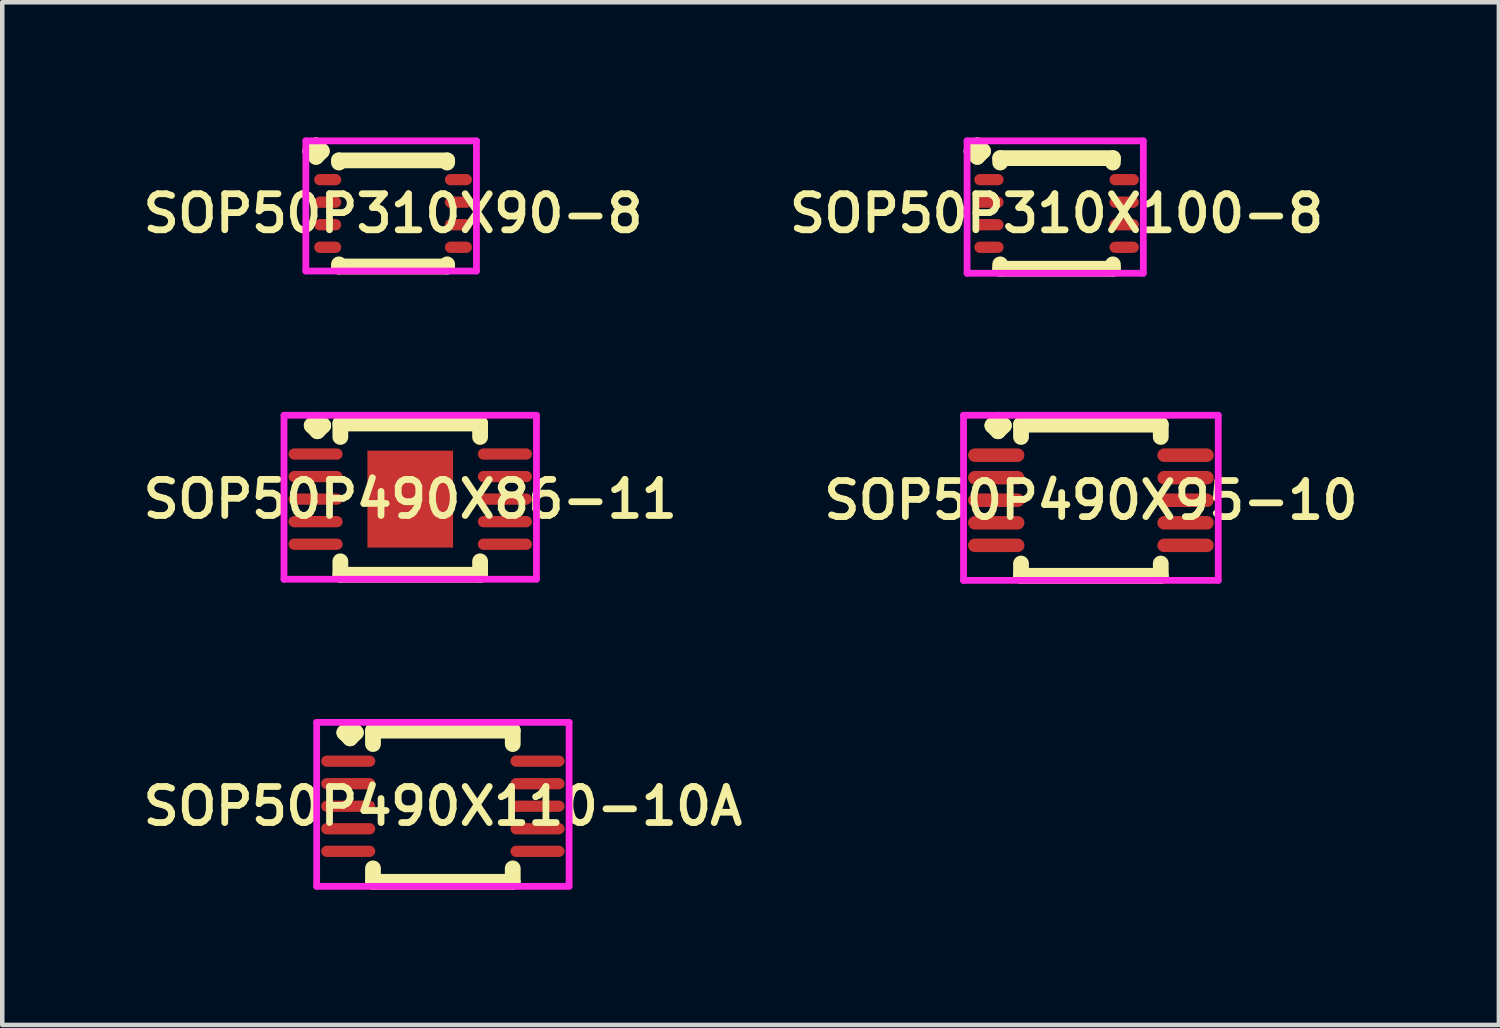
<source format=kicad_pcb>
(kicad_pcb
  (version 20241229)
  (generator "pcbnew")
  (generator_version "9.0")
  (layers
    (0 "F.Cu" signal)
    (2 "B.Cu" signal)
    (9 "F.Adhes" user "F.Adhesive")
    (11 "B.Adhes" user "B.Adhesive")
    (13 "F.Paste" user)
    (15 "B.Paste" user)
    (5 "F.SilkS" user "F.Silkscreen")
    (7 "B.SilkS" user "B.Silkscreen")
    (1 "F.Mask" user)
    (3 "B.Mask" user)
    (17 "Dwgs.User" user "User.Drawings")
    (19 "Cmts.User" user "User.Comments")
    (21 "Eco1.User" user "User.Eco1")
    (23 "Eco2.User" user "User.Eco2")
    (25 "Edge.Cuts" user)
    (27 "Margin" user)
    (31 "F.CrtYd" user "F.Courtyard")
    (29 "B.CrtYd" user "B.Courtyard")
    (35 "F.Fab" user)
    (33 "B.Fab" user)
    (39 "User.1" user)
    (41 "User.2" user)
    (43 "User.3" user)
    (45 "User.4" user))
  (footprint "SOP50P490X86-11"
    (layer "F.Cu")
    (at 6.05 8.022)
    (property "Reference" "SOP50P490X86-11" (at 0 0 0) (layer "F.SilkS") (effects (font (size 0.8 0.8) (thickness 0.15))))
    (attr through_hole)
    (fp_line (start -2.185 -1.633) (end -2.058 -1.76) (stroke (width 0.35) (type solid)) (layer "F.SilkS"))
    (fp_line (start -2.058 -1.76) (end -1.931 -1.633) (stroke (width 0.35) (type solid)) (layer "F.SilkS"))
    (fp_line (start -2.058 -1.506) (end -2.185 -1.633) (stroke (width 0.35) (type solid)) (layer "F.SilkS"))
    (fp_line (start -1.931 -1.633) (end -2.058 -1.506) (stroke (width 0.35) (type solid)) (layer "F.SilkS"))
    (fp_line (start -1.55 -1.677) (end 1.55 -1.677) (stroke (width 0.35) (type solid)) (layer "F.SilkS"))
    (fp_line (start -1.55 -1.379) (end -1.55 -1.677) (stroke (width 0.35) (type solid)) (layer "F.SilkS"))
    (fp_line (start -1.55 1.379) (end -1.55 1.677) (stroke (width 0.35) (type solid)) (layer "F.SilkS"))
    (fp_line (start -1.55 1.677) (end 1.55 1.677) (stroke (width 0.35) (type solid)) (layer "F.SilkS"))
    (fp_line (start 1.55 -1.677) (end 1.55 -1.379) (stroke (width 0.35) (type solid)) (layer "F.SilkS"))
    (fp_line (start 1.55 1.677) (end 1.55 1.379) (stroke (width 0.35) (type solid)) (layer "F.SilkS"))
    (fp_line (start -2.8 -1.86) (end 2.8 -1.86) (stroke (width 0.15) (type solid)) (layer "F.CrtYd"))
    (fp_line (start -2.8 1.777) (end -2.8 -1.86) (stroke (width 0.15) (type solid)) (layer "F.CrtYd"))
    (fp_line (start 2.8 -1.86) (end 2.8 1.777) (stroke (width 0.15) (type solid)) (layer "F.CrtYd"))
    (fp_line (start 2.8 1.777) (end -2.8 1.777) (stroke (width 0.15) (type solid)) (layer "F.CrtYd"))
    (pad "1" smd oval (at -2.1 -1) (size 1.2 0.25) (layers "F.Cu" "F.Mask" "F.Paste"))
    (pad "2" smd oval (at -2.1 -0.5) (size 1.2 0.25) (layers "F.Cu" "F.Mask" "F.Paste"))
    (pad "3" smd oval (at -2.1 0) (size 1.2 0.25) (layers "F.Cu" "F.Mask" "F.Paste"))
    (pad "4" smd oval (at -2.1 0.5) (size 1.2 0.25) (layers "F.Cu" "F.Mask" "F.Paste"))
    (pad "5" smd oval (at -2.1 1) (size 1.2 0.25) (layers "F.Cu" "F.Mask" "F.Paste"))
    (pad "6" smd oval (at 2.1 1) (size 1.2 0.25) (layers "F.Cu" "F.Mask" "F.Paste"))
    (pad "7" smd oval (at 2.1 0.5) (size 1.2 0.25) (layers "F.Cu" "F.Mask" "F.Paste"))
    (pad "8" smd oval (at 2.1 0) (size 1.2 0.25) (layers "F.Cu" "F.Mask" "F.Paste"))
    (pad "9" smd oval (at 2.1 -0.5) (size 1.2 0.25) (layers "F.Cu" "F.Mask" "F.Paste"))
    (pad "10" smd oval (at 2.1 -1) (size 1.2 0.25) (layers "F.Cu" "F.Mask" "F.Paste"))
    (pad "11" smd rect (at 0 0) (size 1.9 2.15) (layers "F.Cu" "F.Mask" "F.Paste")))
  (footprint "SOP50P490X95-10"
    (layer "F.Cu")
    (at 21.149 8.047)
    (property "Reference" "SOP50P490X95-10" (at 0 0 0) (layer "F.SilkS") (effects (font (size 0.8 0.8) (thickness 0.15))))
    (attr through_hole)
    (fp_line (start -2.185 -1.658) (end -2.058 -1.785) (stroke (width 0.35) (type solid)) (layer "F.SilkS"))
    (fp_line (start -2.058 -1.785) (end -1.931 -1.658) (stroke (width 0.35) (type solid)) (layer "F.SilkS"))
    (fp_line (start -2.058 -1.531) (end -2.185 -1.658) (stroke (width 0.35) (type solid)) (layer "F.SilkS"))
    (fp_line (start -1.931 -1.658) (end -2.058 -1.531) (stroke (width 0.35) (type solid)) (layer "F.SilkS"))
    (fp_line (start -1.55 -1.677) (end 1.55 -1.677) (stroke (width 0.35) (type solid)) (layer "F.SilkS"))
    (fp_line (start -1.55 -1.404) (end -1.55 -1.677) (stroke (width 0.35) (type solid)) (layer "F.SilkS"))
    (fp_line (start -1.55 1.404) (end -1.55 1.677) (stroke (width 0.35) (type solid)) (layer "F.SilkS"))
    (fp_line (start -1.55 1.677) (end 1.55 1.677) (stroke (width 0.35) (type solid)) (layer "F.SilkS"))
    (fp_line (start 1.55 -1.677) (end 1.55 -1.404) (stroke (width 0.35) (type solid)) (layer "F.SilkS"))
    (fp_line (start 1.55 1.677) (end 1.55 1.404) (stroke (width 0.35) (type solid)) (layer "F.SilkS"))
    (fp_line (start -2.825 -1.885) (end 2.825 -1.885) (stroke (width 0.15) (type solid)) (layer "F.CrtYd"))
    (fp_line (start -2.825 1.777) (end -2.825 -1.885) (stroke (width 0.15) (type solid)) (layer "F.CrtYd"))
    (fp_line (start 2.825 -1.885) (end 2.825 1.777) (stroke (width 0.15) (type solid)) (layer "F.CrtYd"))
    (fp_line (start 2.825 1.777) (end -2.825 1.777) (stroke (width 0.15) (type solid)) (layer "F.CrtYd"))
    (pad "1" smd oval (at -2.1 -1) (size 1.25 0.3) (layers "F.Cu" "F.Mask" "F.Paste"))
    (pad "2" smd oval (at -2.1 -0.5) (size 1.25 0.3) (layers "F.Cu" "F.Mask" "F.Paste"))
    (pad "3" smd oval (at -2.1 0) (size 1.25 0.3) (layers "F.Cu" "F.Mask" "F.Paste"))
    (pad "4" smd oval (at -2.1 0.5) (size 1.25 0.3) (layers "F.Cu" "F.Mask" "F.Paste"))
    (pad "5" smd oval (at -2.1 1) (size 1.25 0.3) (layers "F.Cu" "F.Mask" "F.Paste"))
    (pad "6" smd oval (at 2.1 1) (size 1.25 0.3) (layers "F.Cu" "F.Mask" "F.Paste"))
    (pad "7" smd oval (at 2.1 0.5) (size 1.25 0.3) (layers "F.Cu" "F.Mask" "F.Paste"))
    (pad "8" smd oval (at 2.1 0) (size 1.25 0.3) (layers "F.Cu" "F.Mask" "F.Paste"))
    (pad "9" smd oval (at 2.1 -0.5) (size 1.25 0.3) (layers "F.Cu" "F.Mask" "F.Paste"))
    (pad "10" smd oval (at 2.1 -1) (size 1.25 0.3) (layers "F.Cu" "F.Mask" "F.Paste")))
  (footprint "SOP50P490X110-10A"
    (layer "F.Cu")
    (at 6.774 14.834)
    (property "Reference" "SOP50P490X110-10A" (at 0 0 0) (layer "F.SilkS") (effects (font (size 0.8 0.8) (thickness 0.15))))
    (attr through_hole)
    (fp_line (start -2.185 -1.633) (end -2.058 -1.76) (stroke (width 0.35) (type solid)) (layer "F.SilkS"))
    (fp_line (start -2.058 -1.76) (end -1.931 -1.633) (stroke (width 0.35) (type solid)) (layer "F.SilkS"))
    (fp_line (start -2.058 -1.506) (end -2.185 -1.633) (stroke (width 0.35) (type solid)) (layer "F.SilkS"))
    (fp_line (start -1.931 -1.633) (end -2.058 -1.506) (stroke (width 0.35) (type solid)) (layer "F.SilkS"))
    (fp_line (start -1.55 -1.677) (end 1.55 -1.677) (stroke (width 0.35) (type solid)) (layer "F.SilkS"))
    (fp_line (start -1.55 -1.379) (end -1.55 -1.677) (stroke (width 0.35) (type solid)) (layer "F.SilkS"))
    (fp_line (start -1.55 1.379) (end -1.55 1.677) (stroke (width 0.35) (type solid)) (layer "F.SilkS"))
    (fp_line (start -1.55 1.677) (end 1.55 1.677) (stroke (width 0.35) (type solid)) (layer "F.SilkS"))
    (fp_line (start 1.55 -1.677) (end 1.55 -1.379) (stroke (width 0.35) (type solid)) (layer "F.SilkS"))
    (fp_line (start 1.55 1.677) (end 1.55 1.379) (stroke (width 0.35) (type solid)) (layer "F.SilkS"))
    (fp_line (start -2.8 -1.86) (end 2.8 -1.86) (stroke (width 0.15) (type solid)) (layer "F.CrtYd"))
    (fp_line (start -2.8 1.777) (end -2.8 -1.86) (stroke (width 0.15) (type solid)) (layer "F.CrtYd"))
    (fp_line (start 2.8 -1.86) (end 2.8 1.777) (stroke (width 0.15) (type solid)) (layer "F.CrtYd"))
    (fp_line (start 2.8 1.777) (end -2.8 1.777) (stroke (width 0.15) (type solid)) (layer "F.CrtYd"))
    (pad "1" smd oval (at -2.1 -1) (size 1.2 0.25) (layers "F.Cu" "F.Mask" "F.Paste"))
    (pad "2" smd oval (at -2.1 -0.5) (size 1.2 0.25) (layers "F.Cu" "F.Mask" "F.Paste"))
    (pad "3" smd oval (at -2.1 0) (size 1.2 0.25) (layers "F.Cu" "F.Mask" "F.Paste"))
    (pad "4" smd oval (at -2.1 0.5) (size 1.2 0.25) (layers "F.Cu" "F.Mask" "F.Paste"))
    (pad "5" smd oval (at -2.1 1) (size 1.2 0.25) (layers "F.Cu" "F.Mask" "F.Paste"))
    (pad "6" smd oval (at 2.1 1) (size 1.2 0.25) (layers "F.Cu" "F.Mask" "F.Paste"))
    (pad "7" smd oval (at 2.1 0.5) (size 1.2 0.25) (layers "F.Cu" "F.Mask" "F.Paste"))
    (pad "8" smd oval (at 2.1 0) (size 1.2 0.25) (layers "F.Cu" "F.Mask" "F.Paste"))
    (pad "9" smd oval (at 2.1 -0.5) (size 1.2 0.25) (layers "F.Cu" "F.Mask" "F.Paste"))
    (pad "10" smd oval (at 2.1 -1) (size 1.2 0.25) (layers "F.Cu" "F.Mask" "F.Paste")))
  (footprint "SOP50P310X100-8"
    (layer "F.Cu")
    (at 20.387 1.685)
    (property "Reference" "SOP50P310X100-8" (at 0 0 0) (layer "F.SilkS") (effects (font (size 0.8 0.8) (thickness 0.15))))
    (attr smd)
    (fp_line (start -1.885 -1.383) (end -1.758 -1.51) (stroke (width 0.35) (type solid)) (layer "F.SilkS"))
    (fp_line (start -1.758 -1.51) (end -1.631 -1.383) (stroke (width 0.35) (type solid)) (layer "F.SilkS"))
    (fp_line (start -1.758 -1.256) (end -1.885 -1.383) (stroke (width 0.35) (type solid)) (layer "F.SilkS"))
    (fp_line (start -1.631 -1.383) (end -1.758 -1.256) (stroke (width 0.35) (type solid)) (layer "F.SilkS"))
    (fp_line (start -1.25 -1.227) (end 1.25 -1.227) (stroke (width 0.35) (type solid)) (layer "F.SilkS"))
    (fp_line (start -1.25 -1.129) (end -1.25 -1.227) (stroke (width 0.35) (type solid)) (layer "F.SilkS"))
    (fp_line (start -1.25 1.129) (end -1.25 1.227) (stroke (width 0.35) (type solid)) (layer "F.SilkS"))
    (fp_line (start -1.25 1.227) (end 1.25 1.227) (stroke (width 0.35) (type solid)) (layer "F.SilkS"))
    (fp_line (start 1.25 -1.227) (end 1.25 -1.129) (stroke (width 0.35) (type solid)) (layer "F.SilkS"))
    (fp_line (start 1.25 1.227) (end 1.25 1.129) (stroke (width 0.35) (type solid)) (layer "F.SilkS"))
    (fp_line (start -1.985 -1.61) (end 1.925 -1.61) (stroke (width 0.15) (type solid)) (layer "F.CrtYd"))
    (fp_line (start -1.985 1.327) (end -1.985 -1.61) (stroke (width 0.15) (type solid)) (layer "F.CrtYd"))
    (fp_line (start 1.925 -1.61) (end 1.925 1.327) (stroke (width 0.15) (type solid)) (layer "F.CrtYd"))
    (fp_line (start 1.925 1.327) (end -1.985 1.327) (stroke (width 0.15) (type solid)) (layer "F.CrtYd"))
    (pad "1" smd oval (at -1.5 -0.75) (size 0.65 0.25) (layers "F.Cu" "F.Mask" "F.Paste"))
    (pad "2" smd oval (at -1.5 -0.25) (size 0.65 0.25) (layers "F.Cu" "F.Mask" "F.Paste"))
    (pad "3" smd oval (at -1.5 0.25) (size 0.65 0.25) (layers "F.Cu" "F.Mask" "F.Paste"))
    (pad "4" smd oval (at -1.5 0.75) (size 0.65 0.25) (layers "F.Cu" "F.Mask" "F.Paste"))
    (pad "5" smd oval (at 1.5 0.75) (size 0.65 0.25) (layers "F.Cu" "F.Mask" "F.Paste"))
    (pad "6" smd oval (at 1.5 0.25) (size 0.65 0.25) (layers "F.Cu" "F.Mask" "F.Paste"))
    (pad "7" smd oval (at 1.5 -0.25) (size 0.65 0.25) (layers "F.Cu" "F.Mask" "F.Paste"))
    (pad "8" smd oval (at 1.5 -0.75) (size 0.65 0.25) (layers "F.Cu" "F.Mask" "F.Paste")))
  (footprint "SOP50P310X90-8"
    (layer "F.Cu")
    (at 5.669 1.685)
    (property "Reference" "SOP50P310X90-8" (at 0 0 0) (layer "F.SilkS") (effects (font (size 0.8 0.8) (thickness 0.15))))
    (attr through_hole)
    (fp_line (start -1.835 -1.383) (end -1.708 -1.51) (stroke (width 0.35) (type solid)) (layer "F.SilkS"))
    (fp_line (start -1.708 -1.51) (end -1.581 -1.383) (stroke (width 0.35) (type solid)) (layer "F.SilkS"))
    (fp_line (start -1.708 -1.256) (end -1.835 -1.383) (stroke (width 0.35) (type solid)) (layer "F.SilkS"))
    (fp_line (start -1.581 -1.383) (end -1.708 -1.256) (stroke (width 0.35) (type solid)) (layer "F.SilkS"))
    (fp_line (start -1.2 -1.177) (end 1.2 -1.177) (stroke (width 0.35) (type solid)) (layer "F.SilkS"))
    (fp_line (start -1.2 -1.129) (end -1.2 -1.177) (stroke (width 0.35) (type solid)) (layer "F.SilkS"))
    (fp_line (start -1.2 1.129) (end -1.2 1.177) (stroke (width 0.35) (type solid)) (layer "F.SilkS"))
    (fp_line (start -1.2 1.177) (end 1.2 1.177) (stroke (width 0.35) (type solid)) (layer "F.SilkS"))
    (fp_line (start 1.2 -1.177) (end 1.2 -1.129) (stroke (width 0.35) (type solid)) (layer "F.SilkS"))
    (fp_line (start 1.2 1.177) (end 1.2 1.129) (stroke (width 0.35) (type solid)) (layer "F.SilkS"))
    (fp_line (start -1.935 -1.61) (end 1.85 -1.61) (stroke (width 0.15) (type solid)) (layer "F.CrtYd"))
    (fp_line (start -1.935 1.277) (end -1.935 -1.61) (stroke (width 0.15) (type solid)) (layer "F.CrtYd"))
    (fp_line (start 1.85 -1.61) (end 1.85 1.277) (stroke (width 0.15) (type solid)) (layer "F.CrtYd"))
    (fp_line (start 1.85 1.277) (end -1.935 1.277) (stroke (width 0.15) (type solid)) (layer "F.CrtYd"))
    (pad "1" smd oval (at -1.45 -0.75) (size 0.6 0.25) (layers "F.Cu" "F.Mask" "F.Paste"))
    (pad "2" smd oval (at -1.45 -0.25) (size 0.6 0.25) (layers "F.Cu" "F.Mask" "F.Paste"))
    (pad "3" smd oval (at -1.45 0.25) (size 0.6 0.25) (layers "F.Cu" "F.Mask" "F.Paste"))
    (pad "4" smd oval (at -1.45 0.75) (size 0.6 0.25) (layers "F.Cu" "F.Mask" "F.Paste"))
    (pad "5" smd oval (at 1.45 0.75) (size 0.6 0.25) (layers "F.Cu" "F.Mask" "F.Paste"))
    (pad "6" smd oval (at 1.45 0.25) (size 0.6 0.25) (layers "F.Cu" "F.Mask" "F.Paste"))
    (pad "7" smd oval (at 1.45 -0.25) (size 0.6 0.25) (layers "F.Cu" "F.Mask" "F.Paste"))
    (pad "8" smd oval (at 1.45 -0.75) (size 0.6 0.25) (layers "F.Cu" "F.Mask" "F.Paste")))
  (gr_rect
    (start -3 -3)
    (end 30.199 19.686)
    (stroke (width 0.1) (type default))
    (fill no)
    (layer "Edge.Cuts")))
</source>
